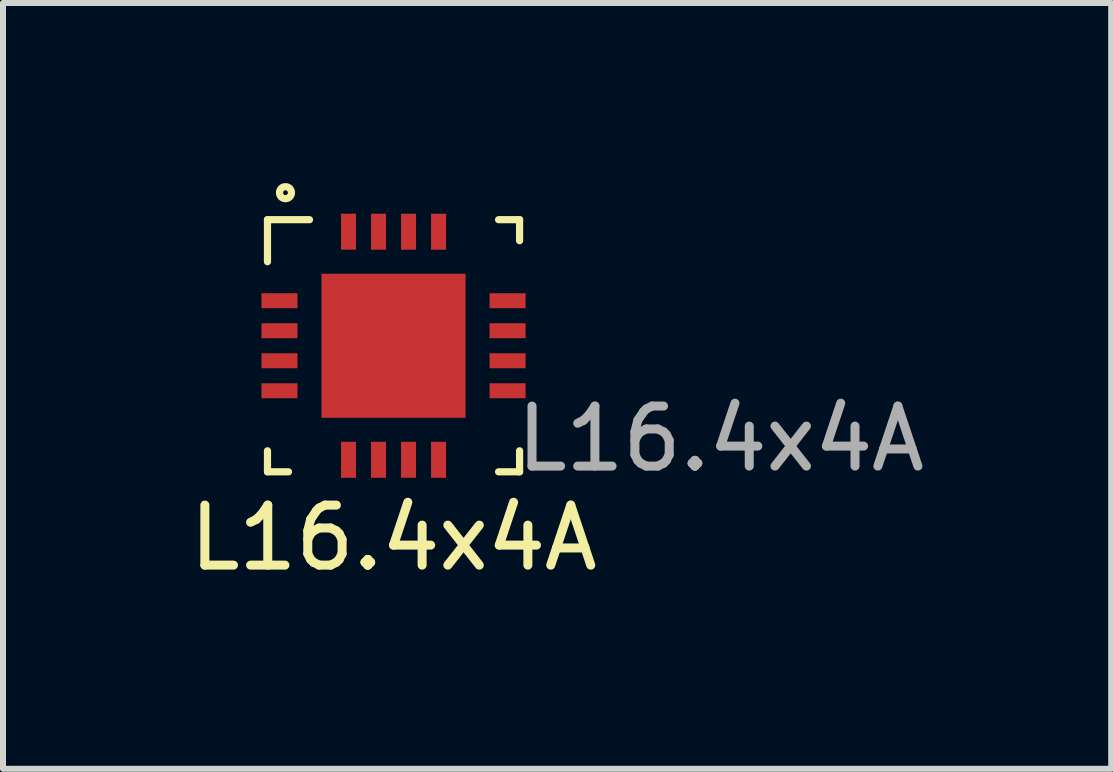
<source format=kicad_pcb>
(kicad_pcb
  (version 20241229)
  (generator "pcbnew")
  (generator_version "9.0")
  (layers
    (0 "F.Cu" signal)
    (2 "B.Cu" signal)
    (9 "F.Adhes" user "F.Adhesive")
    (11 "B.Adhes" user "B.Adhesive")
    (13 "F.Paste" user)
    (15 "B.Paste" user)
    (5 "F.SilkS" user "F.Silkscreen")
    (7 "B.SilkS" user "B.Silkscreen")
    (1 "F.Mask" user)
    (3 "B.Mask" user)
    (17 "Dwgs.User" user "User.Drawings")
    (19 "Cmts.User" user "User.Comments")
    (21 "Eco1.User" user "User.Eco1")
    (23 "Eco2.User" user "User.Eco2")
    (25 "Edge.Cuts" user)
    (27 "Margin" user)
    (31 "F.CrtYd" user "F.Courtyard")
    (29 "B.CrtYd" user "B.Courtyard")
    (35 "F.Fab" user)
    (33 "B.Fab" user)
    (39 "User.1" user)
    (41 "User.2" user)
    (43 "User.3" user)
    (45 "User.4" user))
  (footprint "L16.4x4A"
    (layer "F.Cu")
    (at 3.506 2.71)
    (property "Reference" "L16.4x4A" (at 0 3.2 0) (unlocked yes) (layer "F.SilkS") (effects (font (size 1 1) (thickness 0.15))))
    (attr smd)
    (fp_line (start -2.1 -2.1) (end -2.1 -1.4) (stroke (width 0.12) (type solid)) (layer "F.SilkS"))
    (fp_line (start -2.1 1.75) (end -2.1 2.1) (stroke (width 0.12) (type solid)) (layer "F.SilkS"))
    (fp_line (start -2.1 2.1) (end -1.75 2.1) (stroke (width 0.12) (type solid)) (layer "F.SilkS"))
    (fp_line (start -1.4 -2.1) (end -2.1 -2.1) (stroke (width 0.12) (type solid)) (layer "F.SilkS"))
    (fp_line (start 1.75 2.1) (end 2.1 2.1) (stroke (width 0.12) (type solid)) (layer "F.SilkS"))
    (fp_line (start 2.1 -2.1) (end 1.75 -2.1) (stroke (width 0.12) (type solid)) (layer "F.SilkS"))
    (fp_line (start 2.1 -1.75) (end 2.1 -2.1) (stroke (width 0.12) (type solid)) (layer "F.SilkS"))
    (fp_line (start 2.1 2.1) (end 2.1 1.75) (stroke (width 0.12) (type solid)) (layer "F.SilkS"))
    (fp_circle (center -1.8 -2.55) (end -1.7 -2.55) (stroke (width 0.12) (type solid)) (fill no) (layer "F.SilkS"))
    (fp_text user "${REFERENCE}" (at 5.45 1.55 0) (unlocked yes) (layer "F.Fab") (effects (font (size 1 1) (thickness 0.15))))
    (pad "1" smd rect (at -1.9 -0.75) (size 0.6 0.25) (layers "F.Cu" "F.Mask" "F.Paste"))
    (pad "2" smd rect (at -1.9 -0.25) (size 0.6 0.25) (layers "F.Cu" "F.Mask" "F.Paste"))
    (pad "3" smd rect (at -1.9 0.25) (size 0.6 0.25) (layers "F.Cu" "F.Mask" "F.Paste"))
    (pad "4" smd rect (at -1.9 0.75) (size 0.6 0.25) (layers "F.Cu" "F.Mask" "F.Paste"))
    (pad "5" smd rect (at -0.75 1.9 90) (size 0.6 0.25) (layers "F.Cu" "F.Mask" "F.Paste"))
    (pad "6" smd rect (at -0.25 1.9 90) (size 0.6 0.25) (layers "F.Cu" "F.Mask" "F.Paste"))
    (pad "7" smd rect (at 0.25 1.9 90) (size 0.6 0.25) (layers "F.Cu" "F.Mask" "F.Paste"))
    (pad "8" smd rect (at 0.75 1.9 90) (size 0.6 0.25) (layers "F.Cu" "F.Mask" "F.Paste"))
    (pad "9" smd rect (at 1.9 0.75) (size 0.6 0.25) (layers "F.Cu" "F.Mask" "F.Paste"))
    (pad "10" smd rect (at 1.9 0.25) (size 0.6 0.25) (layers "F.Cu" "F.Mask" "F.Paste"))
    (pad "11" smd rect (at 1.9 -0.25) (size 0.6 0.25) (layers "F.Cu" "F.Mask" "F.Paste"))
    (pad "12" smd rect (at 1.9 -0.75) (size 0.6 0.25) (layers "F.Cu" "F.Mask" "F.Paste"))
    (pad "13" smd rect (at 0.75 -1.9 90) (size 0.6 0.25) (layers "F.Cu" "F.Mask" "F.Paste"))
    (pad "14" smd rect (at 0.25 -1.9 90) (size 0.6 0.25) (layers "F.Cu" "F.Mask" "F.Paste"))
    (pad "15" smd rect (at -0.25 -1.9 90) (size 0.6 0.25) (layers "F.Cu" "F.Mask" "F.Paste"))
    (pad "16" smd rect (at -0.75 -1.9 90) (size 0.6 0.25) (layers "F.Cu" "F.Mask" "F.Paste"))
    (pad "17" smd rect (at 0 0) (size 2.4 2.4) (layers "F.Cu" "F.Mask" "F.Paste")))
  (gr_rect
    (start -3 -3)
    (end 15.462 9.758)
    (stroke (width 0.1) (type default))
    (fill no)
    (layer "Edge.Cuts")))
</source>
